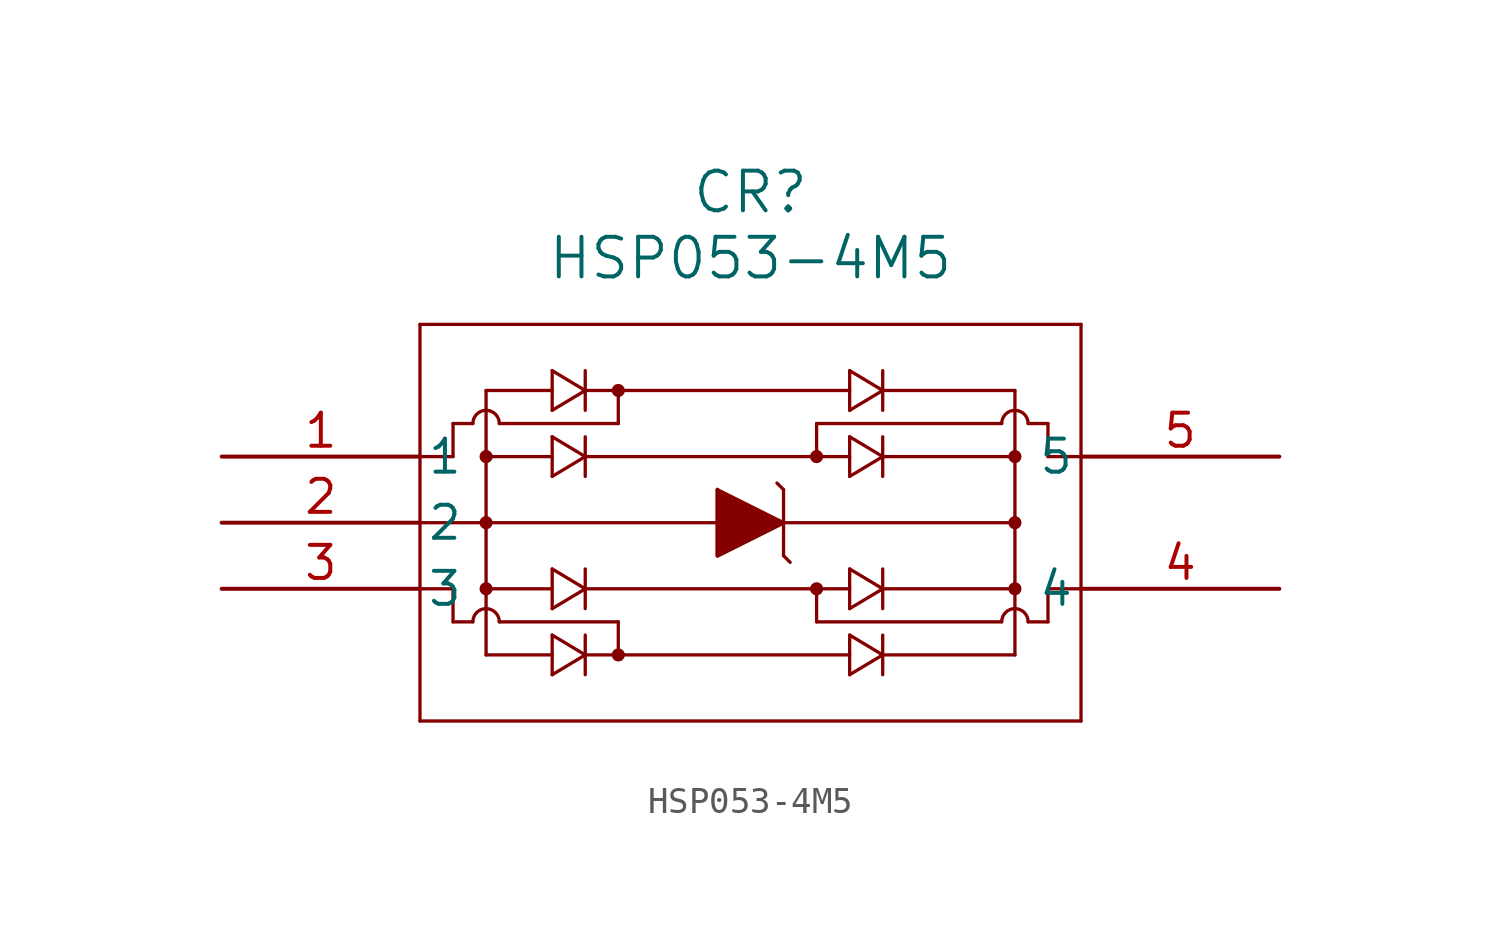
<source format=kicad_sym>
(kicad_symbol_lib
  (version 20211014)
  (generator kicad_symbol_editor)
  (symbol "HSP053-4M5"
    (pin_names
      (offset 0.254))
    (property "Reference" "CR"
      (at 20.32 10.16 0)
      (effects (font (size 1.524 1.524))))
    (property "Value" "HSP053-4M5"
      (at 20.32 7.62 0)
      (effects (font (size 1.524 1.524))))
    (symbol "HSP053-4M5_0_1"
      (polyline (pts (xy 22.86 -6.35) (xy 22.86 -5.08)) (stroke (width 0.127) (type default) (color 0 0 0 0)) (fill (type none)))
      (polyline (pts (xy 7.62 5.08) (xy 7.62 -10.16)) (stroke (width 0.127) (type default) (color 0 0 0 0)) (fill (type none)))
      (polyline (pts (xy 7.62 -10.16) (xy 33.02 -10.16)) (stroke (width 0.127) (type default) (color 0 0 0 0)) (fill (type none)))
      (polyline (pts (xy 33.02 -10.16) (xy 33.02 5.08)) (stroke (width 0.127) (type default) (color 0 0 0 0)) (fill (type none)))
      (polyline (pts (xy 33.02 5.08) (xy 7.62 5.08)) (stroke (width 0.127) (type default) (color 0 0 0 0)) (fill (type none)))
      (polyline (pts (xy 7.62 -2.54) (xy 30.48 -2.54)) (stroke (width 0.127) (type default) (color 0 0 0 0)) (fill (type none)))
      (polyline (pts (xy 19.05 -1.27) (xy 19.05 -3.81)) (stroke (width 0.127) (type default) (color 0 0 0 0)) (fill (type none)))
      (polyline (pts (xy 19.05 -3.81) (xy 21.59 -2.54)) (stroke (width 0.127) (type default) (color 0 0 0 0)) (fill (type none)))
      (polyline (pts (xy 21.59 -2.54) (xy 19.05 -1.27)) (stroke (width 0.127) (type default) (color 0 0 0 0)) (fill (type none)))
      (polyline (pts (xy 21.59 -1.27) (xy 21.59 -3.81)) (stroke (width 0.127) (type default) (color 0 0 0 0)) (fill (type none)))
      (polyline (pts (xy 19.05 -1.27) (xy 19.05 -3.81) (xy 21.59 -2.54)) (stroke (width 0) (type default) (color 0 0 0 0)) (fill (type outline)))
      (polyline (pts (xy 21.59 -1.27) (xy 21.336 -1.016)) (stroke (width 0.127) (type default) (color 0 0 0 0)) (fill (type none)))
      (polyline (pts (xy 21.59 -3.81) (xy 21.844 -4.064)) (stroke (width 0.127) (type default) (color 0 0 0 0)) (fill (type none)))
      (polyline (pts (xy 7.62 0) (xy 8.89 0)) (stroke (width 0.127) (type default) (color 0 0 0 0)) (fill (type none)))
      (polyline (pts (xy 8.89 0) (xy 8.89 1.27)) (stroke (width 0.127) (type default) (color 0 0 0 0)) (fill (type none)))
      (polyline (pts (xy 10.668 1.27) (xy 15.24 1.27)) (stroke (width 0.127) (type default) (color 0 0 0 0)) (fill (type none)))
      (polyline (pts (xy 15.24 1.27) (xy 15.24 2.54)) (stroke (width 0.127) (type default) (color 0 0 0 0)) (fill (type none)))
      (polyline (pts (xy 13.97 0) (xy 24.13 0)) (stroke (width 0.127) (type default) (color 0 0 0 0)) (fill (type none)))
      (polyline (pts (xy 10.16 2.54) (xy 10.16 -7.62)) (stroke (width 0.127) (type default) (color 0 0 0 0)) (fill (type none)))
      (polyline (pts (xy 10.16 2.54) (xy 12.7 2.54)) (stroke (width 0.127) (type default) (color 0 0 0 0)) (fill (type none)))
      (polyline (pts (xy 13.97 2.54) (xy 24.13 2.54)) (stroke (width 0.127) (type default) (color 0 0 0 0)) (fill (type none)))
      (polyline (pts (xy 12.7 0) (xy 10.16 0)) (stroke (width 0.127) (type default) (color 0 0 0 0)) (fill (type none)))
      (polyline (pts (xy 12.7 0.762) (xy 12.7 -0.762)) (stroke (width 0.127) (type default) (color 0 0 0 0)) (fill (type none)))
      (polyline (pts (xy 12.7 -0.762) (xy 13.97 0)) (stroke (width 0.127) (type default) (color 0 0 0 0)) (fill (type none)))
      (polyline (pts (xy 13.97 0) (xy 12.7 0.762)) (stroke (width 0.127) (type default) (color 0 0 0 0)) (fill (type none)))
      (polyline (pts (xy 13.97 0.762) (xy 13.97 -0.762)) (stroke (width 0.127) (type default) (color 0 0 0 0)) (fill (type none)))
      (polyline (pts (xy 12.7 3.302) (xy 12.7 1.778)) (stroke (width 0.127) (type default) (color 0 0 0 0)) (fill (type none)))
      (polyline (pts (xy 12.7 1.778) (xy 13.97 2.54)) (stroke (width 0.127) (type default) (color 0 0 0 0)) (fill (type none)))
      (polyline (pts (xy 13.97 2.54) (xy 12.7 3.302)) (stroke (width 0.127) (type default) (color 0 0 0 0)) (fill (type none)))
      (polyline (pts (xy 13.97 3.302) (xy 13.97 1.778)) (stroke (width 0.127) (type default) (color 0 0 0 0)) (fill (type none)))
      (arc (start 10.668 1.27) (mid 10.16 1.778) (end 9.652 1.27) (stroke (width 0.127) (type default) (color 0 0 0 0)) (fill (type none)))
      (circle (center 10.16 0) (radius 0.127) (stroke (width 0.254) (type default) (color 0 0 0 0)) (fill (type none)))
      (circle (center 15.24 2.54) (radius 0.127) (stroke (width 0.254) (type default) (color 0 0 0 0)) (fill (type none)))
      (polyline (pts (xy 8.89 1.27) (xy 9.652 1.27)) (stroke (width 0.127) (type default) (color 0 0 0 0)) (fill (type none)))
      (polyline (pts (xy 22.86 1.27) (xy 22.86 0)) (stroke (width 0.127) (type default) (color 0 0 0 0)) (fill (type none)))
      (polyline (pts (xy 25.4 2.54) (xy 30.48 2.54)) (stroke (width 0.127) (type default) (color 0 0 0 0)) (fill (type none)))
      (polyline (pts (xy 25.4 0) (xy 30.48 0)) (stroke (width 0.127) (type default) (color 0 0 0 0)) (fill (type none)))
      (polyline (pts (xy 24.13 1.778) (xy 24.13 3.302)) (stroke (width 0.127) (type default) (color 0 0 0 0)) (fill (type none)))
      (polyline (pts (xy 24.13 3.302) (xy 25.4 2.54)) (stroke (width 0.127) (type default) (color 0 0 0 0)) (fill (type none)))
      (polyline (pts (xy 25.4 2.54) (xy 24.13 1.778)) (stroke (width 0.127) (type default) (color 0 0 0 0)) (fill (type none)))
      (polyline (pts (xy 25.4 1.778) (xy 25.4 3.302)) (stroke (width 0.127) (type default) (color 0 0 0 0)) (fill (type none)))
      (polyline (pts (xy 24.13 -0.762) (xy 24.13 0.762)) (stroke (width 0.127) (type default) (color 0 0 0 0)) (fill (type none)))
      (polyline (pts (xy 24.13 0.762) (xy 25.4 0)) (stroke (width 0.127) (type default) (color 0 0 0 0)) (fill (type none)))
      (polyline (pts (xy 25.4 0) (xy 24.13 -0.762)) (stroke (width 0.127) (type default) (color 0 0 0 0)) (fill (type none)))
      (polyline (pts (xy 25.4 -0.762) (xy 25.4 0.762)) (stroke (width 0.127) (type default) (color 0 0 0 0)) (fill (type none)))
      (circle (center 22.86 0) (radius 0.127) (stroke (width 0.254) (type default) (color 0 0 0 0)) (fill (type none)))
      (polyline (pts (xy 33.02 0) (xy 31.75 0)) (stroke (width 0.127) (type default) (color 0 0 0 0)) (fill (type none)))
      (polyline (pts (xy 31.75 0) (xy 31.75 1.27)) (stroke (width 0.127) (type default) (color 0 0 0 0)) (fill (type none)))
      (arc (start 30.988 1.27) (mid 30.48 1.778) (end 29.972 1.27) (stroke (width 0.127) (type default) (color 0 0 0 0)) (fill (type none)))
      (circle (center 30.48 0) (radius 0.127) (stroke (width 0.254) (type default) (color 0 0 0 0)) (fill (type none)))
      (polyline (pts (xy 31.75 1.27) (xy 30.988 1.27)) (stroke (width 0.127) (type default) (color 0 0 0 0)) (fill (type none)))
      (polyline (pts (xy 22.86 1.27) (xy 29.972 1.27)) (stroke (width 0.127) (type default) (color 0 0 0 0)) (fill (type none)))
      (polyline (pts (xy 30.48 2.54) (xy 30.48 -7.62)) (stroke (width 0.127) (type default) (color 0 0 0 0)) (fill (type none)))
      (polyline (pts (xy 7.62 -5.08) (xy 8.89 -5.08)) (stroke (width 0.127) (type default) (color 0 0 0 0)) (fill (type none)))
      (polyline (pts (xy 8.89 -5.08) (xy 8.89 -6.35)) (stroke (width 0.127) (type default) (color 0 0 0 0)) (fill (type none)))
      (polyline (pts (xy 10.668 -6.35) (xy 15.24 -6.35)) (stroke (width 0.127) (type default) (color 0 0 0 0)) (fill (type none)))
      (polyline (pts (xy 15.24 -6.35) (xy 15.24 -7.62)) (stroke (width 0.127) (type default) (color 0 0 0 0)) (fill (type none)))
      (polyline (pts (xy 13.97 -7.62) (xy 24.13 -7.62)) (stroke (width 0.127) (type default) (color 0 0 0 0)) (fill (type none)))
      (polyline (pts (xy 10.16 -5.08) (xy 12.7 -5.08)) (stroke (width 0.127) (type default) (color 0 0 0 0)) (fill (type none)))
      (polyline (pts (xy 13.97 -5.08) (xy 24.13 -5.08)) (stroke (width 0.127) (type default) (color 0 0 0 0)) (fill (type none)))
      (polyline (pts (xy 12.7 -7.62) (xy 10.16 -7.62)) (stroke (width 0.127) (type default) (color 0 0 0 0)) (fill (type none)))
      (polyline (pts (xy 12.7 -6.858) (xy 12.7 -8.382)) (stroke (width 0.127) (type default) (color 0 0 0 0)) (fill (type none)))
      (polyline (pts (xy 12.7 -8.382) (xy 13.97 -7.62)) (stroke (width 0.127) (type default) (color 0 0 0 0)) (fill (type none)))
      (polyline (pts (xy 13.97 -7.62) (xy 12.7 -6.858)) (stroke (width 0.127) (type default) (color 0 0 0 0)) (fill (type none)))
      (polyline (pts (xy 13.97 -6.858) (xy 13.97 -8.382)) (stroke (width 0.127) (type default) (color 0 0 0 0)) (fill (type none)))
      (polyline (pts (xy 12.7 -4.318) (xy 12.7 -5.842)) (stroke (width 0.127) (type default) (color 0 0 0 0)) (fill (type none)))
      (polyline (pts (xy 12.7 -5.842) (xy 13.97 -5.08)) (stroke (width 0.127) (type default) (color 0 0 0 0)) (fill (type none)))
      (polyline (pts (xy 13.97 -5.08) (xy 12.7 -4.318)) (stroke (width 0.127) (type default) (color 0 0 0 0)) (fill (type none)))
      (polyline (pts (xy 13.97 -4.318) (xy 13.97 -5.842)) (stroke (width 0.127) (type default) (color 0 0 0 0)) (fill (type none)))
      (arc (start 10.668 -6.35) (mid 10.16 -5.842) (end 9.652 -6.35) (stroke (width 0.127) (type default) (color 0 0 0 0)) (fill (type none)))
      (circle (center 10.16 -5.08) (radius 0.127) (stroke (width 0.254) (type default) (color 0 0 0 0)) (fill (type none)))
      (circle (center 15.24 -7.62) (radius 0.127) (stroke (width 0.254) (type default) (color 0 0 0 0)) (fill (type none)))
      (polyline (pts (xy 8.89 -6.35) (xy 9.652 -6.35)) (stroke (width 0.127) (type default) (color 0 0 0 0)) (fill (type none)))
      (circle (center 22.86 -5.08) (radius 0.127) (stroke (width 0.254) (type default) (color 0 0 0 0)) (fill (type none)))
      (polyline (pts (xy 25.4 -5.08) (xy 30.48 -5.08)) (stroke (width 0.127) (type default) (color 0 0 0 0)) (fill (type none)))
      (polyline (pts (xy 25.4 -7.62) (xy 30.48 -7.62)) (stroke (width 0.127) (type default) (color 0 0 0 0)) (fill (type none)))
      (polyline (pts (xy 24.13 -5.842) (xy 24.13 -4.318)) (stroke (width 0.127) (type default) (color 0 0 0 0)) (fill (type none)))
      (polyline (pts (xy 24.13 -4.318) (xy 25.4 -5.08)) (stroke (width 0.127) (type default) (color 0 0 0 0)) (fill (type none)))
      (polyline (pts (xy 25.4 -5.08) (xy 24.13 -5.842)) (stroke (width 0.127) (type default) (color 0 0 0 0)) (fill (type none)))
      (polyline (pts (xy 25.4 -5.842) (xy 25.4 -4.318)) (stroke (width 0.127) (type default) (color 0 0 0 0)) (fill (type none)))
      (polyline (pts (xy 24.13 -8.382) (xy 24.13 -6.858)) (stroke (width 0.127) (type default) (color 0 0 0 0)) (fill (type none)))
      (polyline (pts (xy 24.13 -6.858) (xy 25.4 -7.62)) (stroke (width 0.127) (type default) (color 0 0 0 0)) (fill (type none)))
      (polyline (pts (xy 25.4 -7.62) (xy 24.13 -8.382)) (stroke (width 0.127) (type default) (color 0 0 0 0)) (fill (type none)))
      (polyline (pts (xy 25.4 -8.382) (xy 25.4 -6.858)) (stroke (width 0.127) (type default) (color 0 0 0 0)) (fill (type none)))
      (polyline (pts (xy 22.86 -6.35) (xy 29.972 -6.35)) (stroke (width 0.127) (type default) (color 0 0 0 0)) (fill (type none)))
      (polyline (pts (xy 33.02 -5.08) (xy 31.75 -5.08)) (stroke (width 0.127) (type default) (color 0 0 0 0)) (fill (type none)))
      (polyline (pts (xy 31.75 -5.08) (xy 31.75 -6.35)) (stroke (width 0.127) (type default) (color 0 0 0 0)) (fill (type none)))
      (arc (start 30.988 -6.35) (mid 30.48 -5.842) (end 29.972 -6.35) (stroke (width 0.127) (type default) (color 0 0 0 0)) (fill (type none)))
      (circle (center 30.48 -5.08) (radius 0.127) (stroke (width 0.254) (type default) (color 0 0 0 0)) (fill (type none)))
      (polyline (pts (xy 31.75 -6.35) (xy 30.988 -6.35)) (stroke (width 0.127) (type default) (color 0 0 0 0)) (fill (type none)))
      (circle (center 30.48 -2.54) (radius 0.127) (stroke (width 0.254) (type default) (color 0 0 0 0)) (fill (type none)))
      (circle (center 10.16 -2.54) (radius 0.127) (stroke (width 0.254) (type default) (color 0 0 0 0)) (fill (type none)))
      (pin unspecified line (at 0 0 0) (length 7.62) (name "1" (effects (font (size 1.27 1.27)))) (number "1" (effects (font (size 1.27 1.27)))))
      (pin unspecified line (at 0 -2.54 0) (length 7.62) (name "2" (effects (font (size 1.27 1.27)))) (number "2" (effects (font (size 1.27 1.27)))))
      (pin unspecified line (at 0 -5.08 0) (length 7.62) (name "3" (effects (font (size 1.27 1.27)))) (number "3" (effects (font (size 1.27 1.27)))))
      (pin unspecified line (at 40.64 -5.08 180) (length 7.62) (name "4" (effects (font (size 1.27 1.27)))) (number "4" (effects (font (size 1.27 1.27)))))
      (pin unspecified line (at 40.64 0 180) (length 7.62) (name "5" (effects (font (size 1.27 1.27)))) (number "5" (effects (font (size 1.27 1.27))))))))
</source>
